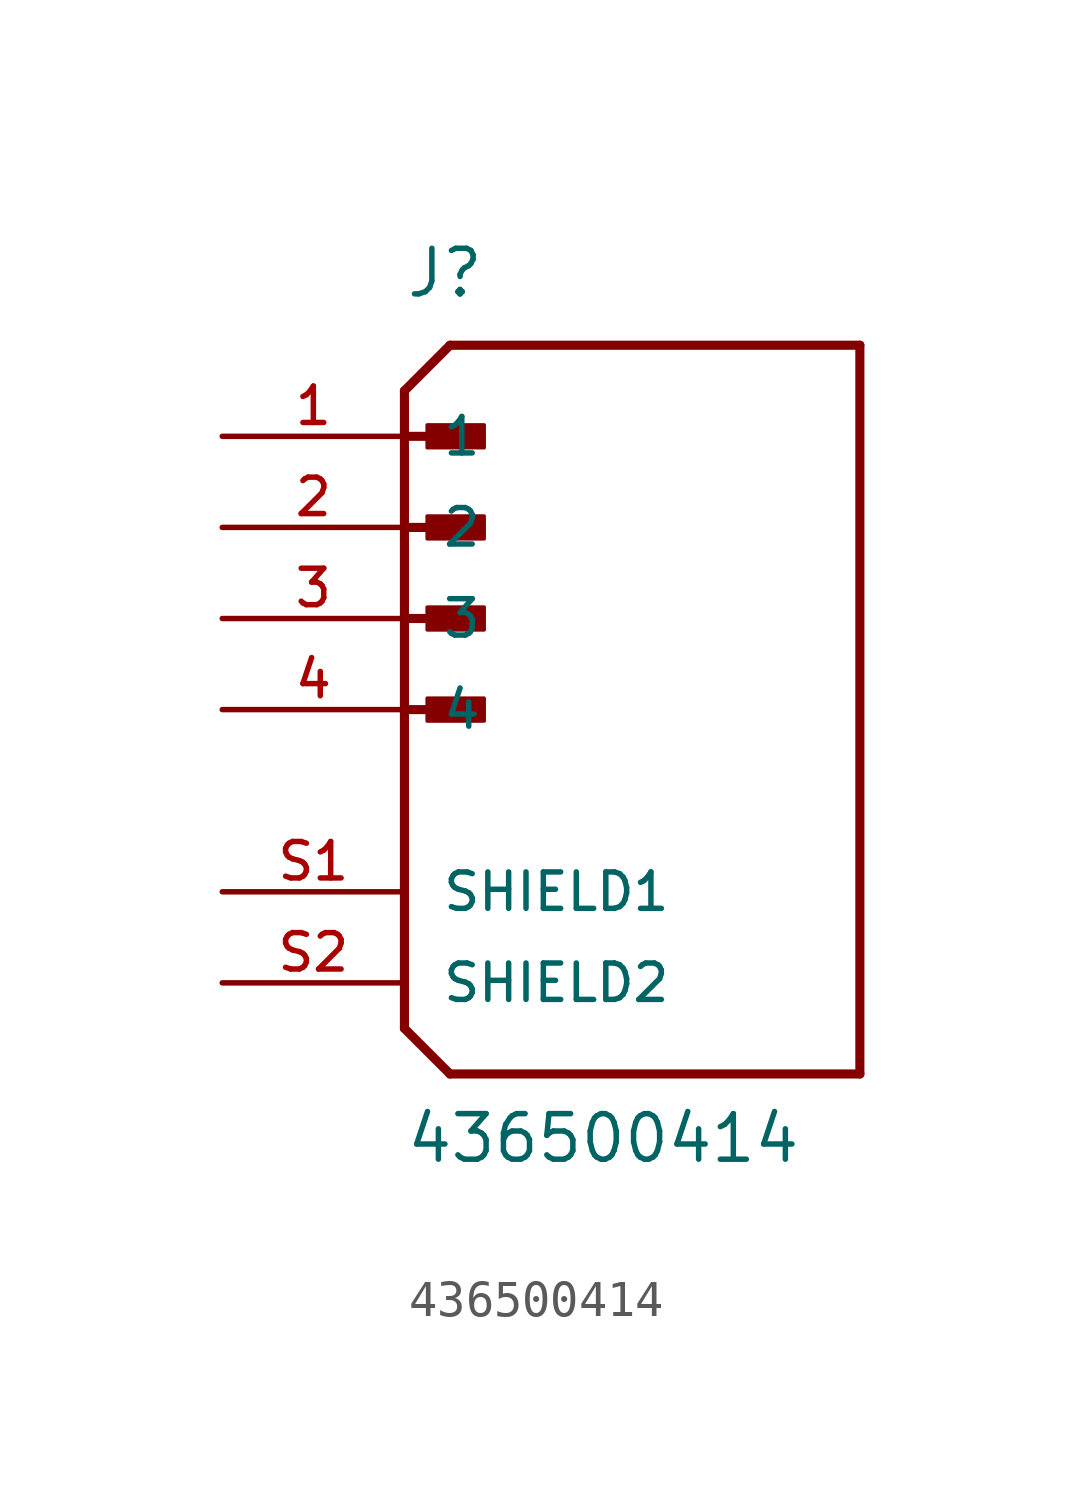
<source format=kicad_sym>
(kicad_symbol_lib
  (version 20220914)
  (generator kicad_symbol_editor)
  (symbol "436500414"
    (pin_names
      (offset 1.016))
    (property "Reference" "J"
      (at 0 11.43 0)
      (effects (font (size 1.27 1.27)) (justify left bottom)))
    (property "Value" "436500414"
      (at 0 -12.7 0)
      (effects (font (size 1.27 1.27)) (justify left bottom)))
    (symbol "436500414_0_0"
      (polyline (pts (xy 0 -8.89) (xy 1.27 -10.16)) (stroke (width 0.254) (type default)) (fill (type none)))
      (polyline (pts (xy 0 0) (xy 1.905 0)) (stroke (width 0.254) (type default)) (fill (type none)))
      (polyline (pts (xy 0 2.54) (xy 1.905 2.54)) (stroke (width 0.254) (type default)) (fill (type none)))
      (polyline (pts (xy 0 5.08) (xy 1.905 5.08)) (stroke (width 0.254) (type default)) (fill (type none)))
      (polyline (pts (xy 0 7.62) (xy 0 -8.89)) (stroke (width 0.254) (type default)) (fill (type none)))
      (polyline (pts (xy 0 7.62) (xy 1.905 7.62)) (stroke (width 0.254) (type default)) (fill (type none)))
      (polyline (pts (xy 0 8.89) (xy 0 7.62)) (stroke (width 0.254) (type default)) (fill (type none)))
      (polyline (pts (xy 0 8.89) (xy 1.27 10.16)) (stroke (width 0.254) (type default)) (fill (type none)))
      (polyline (pts (xy 1.27 -10.16) (xy 12.7 -10.16)) (stroke (width 0.254) (type default)) (fill (type none)))
      (polyline (pts (xy 12.7 -10.16) (xy 12.7 10.16)) (stroke (width 0.254) (type default)) (fill (type none)))
      (polyline (pts (xy 12.7 10.16) (xy 1.27 10.16)) (stroke (width 0.254) (type default)) (fill (type none)))
      (rectangle (start 0.635 -0.318) (end 2.223 0.318) (stroke (width 0.1) (type default)) (fill (type outline)))
      (rectangle (start 0.635 2.223) (end 2.223 2.857) (stroke (width 0.1) (type default)) (fill (type outline)))
      (rectangle (start 0.635 4.763) (end 2.223 5.397) (stroke (width 0.1) (type default)) (fill (type outline)))
      (rectangle (start 0.635 7.303) (end 2.223 7.938) (stroke (width 0.1) (type default)) (fill (type outline)))
      (pin passive line (at -5.08 7.62 0) (length 5.08) (name "1" (effects (font (size 1.016 1.016)))) (number "1" (effects (font (size 1.016 1.016)))))
      (pin passive line (at -5.08 5.08 0) (length 5.08) (name "2" (effects (font (size 1.016 1.016)))) (number "2" (effects (font (size 1.016 1.016)))))
      (pin passive line (at -5.08 2.54 0) (length 5.08) (name "3" (effects (font (size 1.016 1.016)))) (number "3" (effects (font (size 1.016 1.016)))))
      (pin passive line (at -5.08 0 0) (length 5.08) (name "4" (effects (font (size 1.016 1.016)))) (number "4" (effects (font (size 1.016 1.016)))))
      (pin passive line (at -5.08 -5.08 0) (length 5.08) (name "SHIELD1" (effects (font (size 1.016 1.016)))) (number "S1" (effects (font (size 1.016 1.016)))))
      (pin passive line (at -5.08 -7.62 0) (length 5.08) (name "SHIELD2" (effects (font (size 1.016 1.016)))) (number "S2" (effects (font (size 1.016 1.016))))))))
</source>
